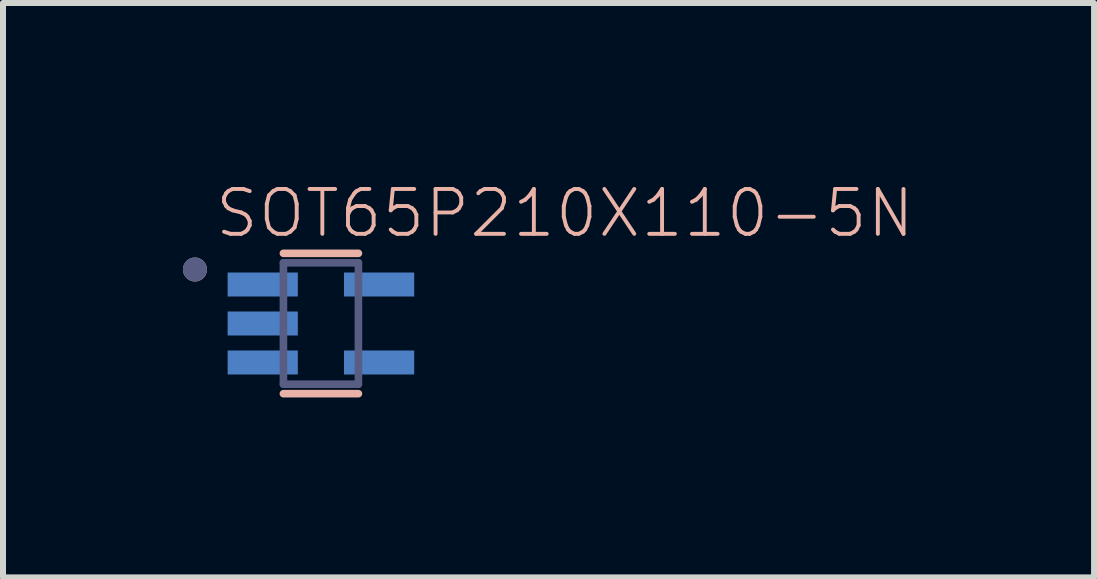
<source format=kicad_pcb>
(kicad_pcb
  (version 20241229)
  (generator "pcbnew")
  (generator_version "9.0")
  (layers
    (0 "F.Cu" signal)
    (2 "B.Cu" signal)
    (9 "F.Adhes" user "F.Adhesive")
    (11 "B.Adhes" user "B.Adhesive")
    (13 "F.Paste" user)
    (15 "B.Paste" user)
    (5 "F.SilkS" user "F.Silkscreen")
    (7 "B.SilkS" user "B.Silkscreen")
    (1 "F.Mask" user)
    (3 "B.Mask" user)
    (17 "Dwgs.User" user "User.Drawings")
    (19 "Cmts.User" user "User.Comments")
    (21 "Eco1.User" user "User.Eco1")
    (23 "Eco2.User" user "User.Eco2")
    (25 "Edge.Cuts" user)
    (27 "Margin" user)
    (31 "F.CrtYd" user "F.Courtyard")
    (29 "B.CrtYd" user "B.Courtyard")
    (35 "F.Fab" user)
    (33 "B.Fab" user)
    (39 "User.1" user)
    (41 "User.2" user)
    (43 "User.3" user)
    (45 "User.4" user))
  (footprint "SOT65P210X110-5N"
    (layer "F.Cu")
    (at 2.3 2.343)
    (property "Reference" "SOT65P210X110-5N" (at -1.8 -1.4 0) (layer "B.SilkS") (effects (font (size 0.748 0.748) (thickness 0.065)) (justify left bottom)))
    (fp_line (start -0.625 1.17) (end 0.625 1.17) (stroke (width 0.127) (type solid)) (layer "B.SilkS"))
    (fp_line (start 0.625 -1.17) (end -0.625 -1.17) (stroke (width 0.127) (type solid)) (layer "B.SilkS"))
    (fp_circle (center -2.1 -0.9) (end -2 -0.9) (stroke (width 0.2) (type solid)) (fill no) (layer "B.SilkS"))
    (fp_line (start -0.625 -1.012) (end -0.625 1.012) (stroke (width 0.127) (type solid)) (layer "B.Fab"))
    (fp_line (start -0.625 1.012) (end 0.625 1.012) (stroke (width 0.127) (type solid)) (layer "B.Fab"))
    (fp_line (start 0.625 -1.012) (end -0.625 -1.012) (stroke (width 0.127) (type solid)) (layer "B.Fab"))
    (fp_line (start 0.625 1.012) (end 0.625 -1.012) (stroke (width 0.127) (type solid)) (layer "B.Fab"))
    (fp_circle (center -2.1 -0.9) (end -2 -0.9) (stroke (width 0.2) (type solid)) (fill no) (layer "B.Fab"))
    (pad "1" smd rect (at -0.97 -0.65) (size 1.17 0.4) (layers "B.Cu" "B.Mask" "B.Paste"))
    (pad "2" smd rect (at -0.97 0) (size 1.17 0.4) (layers "B.Cu" "B.Mask" "B.Paste"))
    (pad "3" smd rect (at -0.97 0.65) (size 1.17 0.4) (layers "B.Cu" "B.Mask" "B.Paste"))
    (pad "4" smd rect (at 0.97 0.65) (size 1.17 0.4) (layers "B.Cu" "B.Mask" "B.Paste"))
    (pad "5" smd rect (at 0.97 -0.65) (size 1.17 0.4) (layers "B.Cu" "B.Mask" "B.Paste")))
  (gr_rect
    (start -3 -3)
    (end 15.189 6.576)
    (stroke (width 0.1) (type default))
    (fill no)
    (layer "Edge.Cuts")))
</source>
